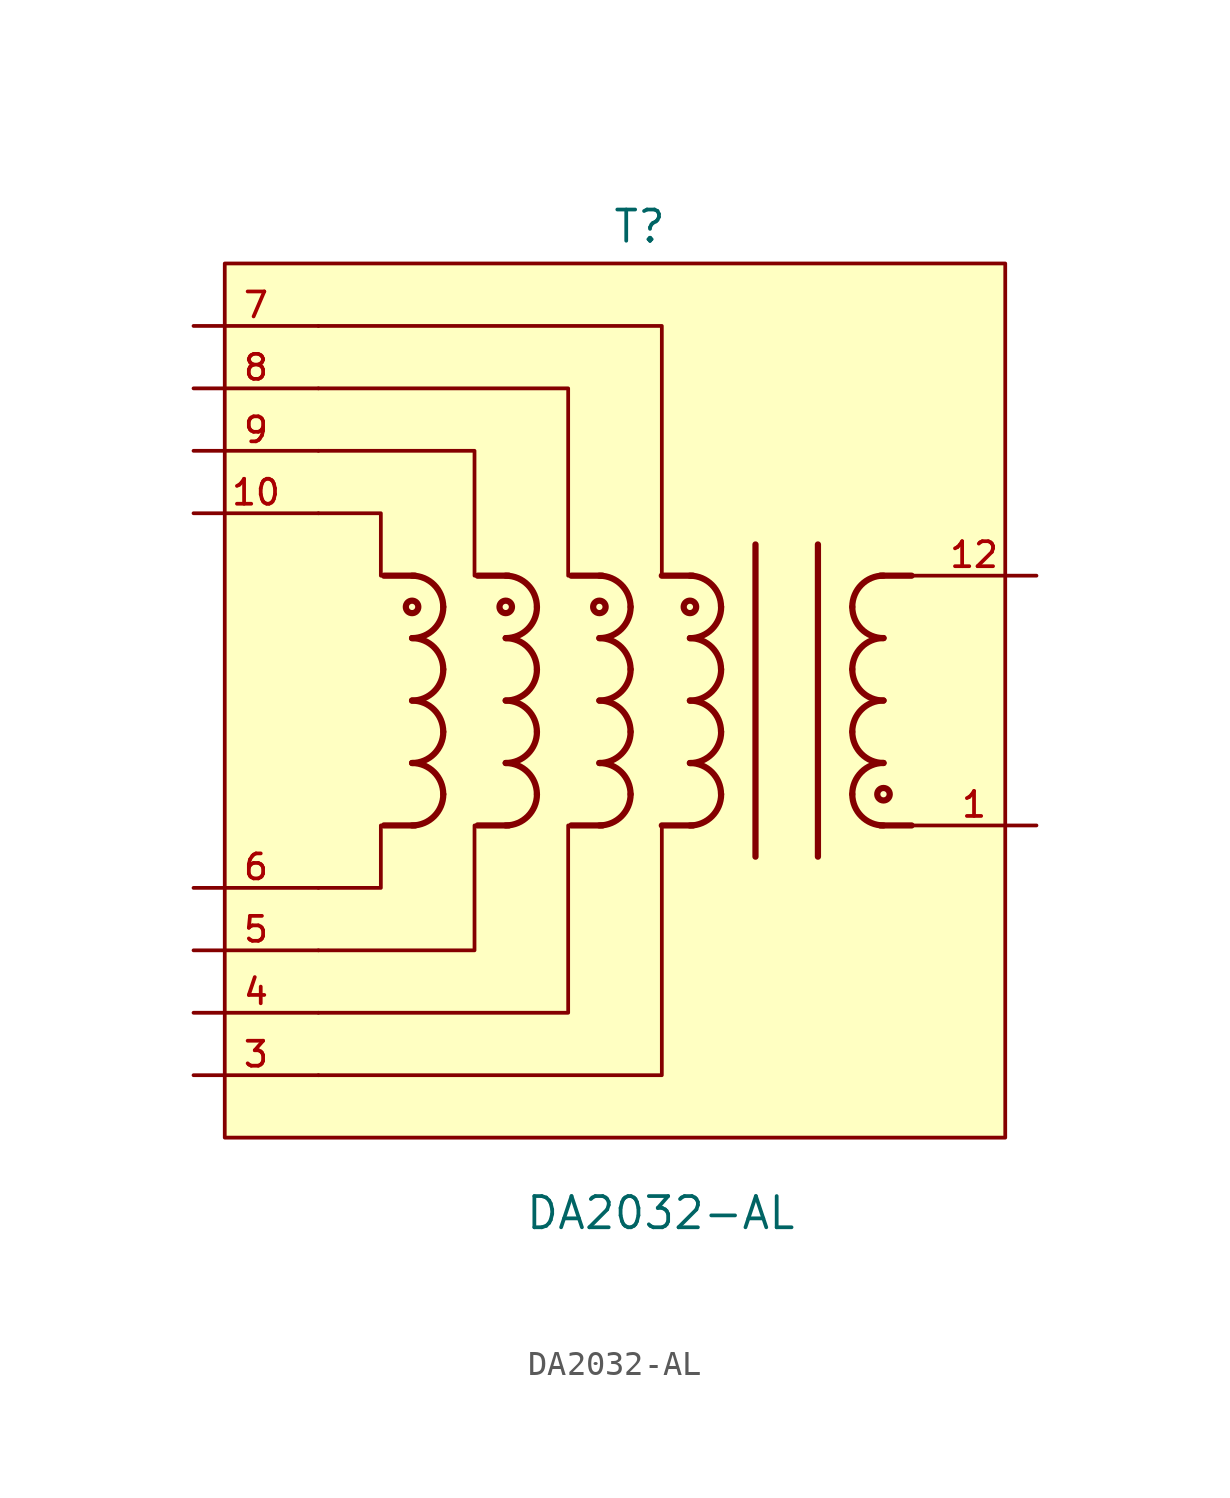
<source format=kicad_sym>
(kicad_symbol_lib
  (version 20241209)
  (generator "kicad_symbol_editor")
  (generator_version "9.0")
  (symbol "DA2032-AL"
    (pin_names
      (offset 1.016))
    (property "Reference" "T"
      (at -7.112 18.542 0)
      (effects (font (size 1.27 1.27)) (justify left bottom)))
    (property "Value" "DA2032-AL"
      (at -10.668 -21.59 0)
      (effects (font (size 1.27 1.27)) (justify left bottom)))
    (symbol "DA2032-AL_0_0"
      (arc (start -13.9699 3.8099) (mid -14.3419 2.9119) (end -15.2399 2.5399) (stroke (width 0.254) (type default)) (fill (type none)))
      (arc (start -15.2399 5.0799) (mid -14.3419 4.7079) (end -13.9699 3.8099) (stroke (width 0.254) (type default)) (fill (type none)))
      (arc (start -13.9699 1.2699) (mid -14.3419 0.3719) (end -15.2399 -0.0001) (stroke (width 0.254) (type default)) (fill (type none)))
      (arc (start -15.2399 2.5399) (mid -14.3419 2.1679) (end -13.9699 1.2699) (stroke (width 0.254) (type default)) (fill (type none)))
      (arc (start -13.9699 -1.2701) (mid -14.3419 -2.1681) (end -15.2399 -2.5401) (stroke (width 0.254) (type default)) (fill (type none)))
      (arc (start -15.2399 -0.0001) (mid -14.3419 -0.3721) (end -13.9699 -1.2701) (stroke (width 0.254) (type default)) (fill (type none)))
      (arc (start -13.9699 -3.8101) (mid -14.3419 -4.7081) (end -15.2399 -5.0801) (stroke (width 0.254) (type default)) (fill (type none)))
      (arc (start -15.2399 -2.5401) (mid -14.3419 -2.9121) (end -13.9699 -3.8101) (stroke (width 0.254) (type default)) (fill (type none)))
      (circle (center -15.24 3.81) (radius 0.254) (stroke (width 0.254) (type default)) (fill (type none)))
      (polyline (pts (xy -15.113 5.08) (xy -16.383 5.08)) (stroke (width 0.254) (type default)) (fill (type none)))
      (polyline (pts (xy -15.113 -5.08) (xy -16.383 -5.08)) (stroke (width 0.254) (type default)) (fill (type none)))
      (arc (start -10.1599 3.8099) (mid -10.5319 2.9119) (end -11.4299 2.5399) (stroke (width 0.254) (type default)) (fill (type none)))
      (arc (start -11.4299 5.0799) (mid -10.5319 4.7079) (end -10.1599 3.8099) (stroke (width 0.254) (type default)) (fill (type none)))
      (arc (start -10.1599 1.2699) (mid -10.5319 0.3719) (end -11.4299 -0.0001) (stroke (width 0.254) (type default)) (fill (type none)))
      (arc (start -11.4299 2.5399) (mid -10.5319 2.1679) (end -10.1599 1.2699) (stroke (width 0.254) (type default)) (fill (type none)))
      (arc (start -10.1599 -1.2701) (mid -10.5319 -2.1681) (end -11.4299 -2.5401) (stroke (width 0.254) (type default)) (fill (type none)))
      (arc (start -11.4299 -0.0001) (mid -10.5319 -0.3721) (end -10.1599 -1.2701) (stroke (width 0.254) (type default)) (fill (type none)))
      (arc (start -10.1599 -3.8101) (mid -10.5319 -4.7081) (end -11.4299 -5.0801) (stroke (width 0.254) (type default)) (fill (type none)))
      (arc (start -11.4299 -2.5401) (mid -10.5319 -2.9121) (end -10.1599 -3.8101) (stroke (width 0.254) (type default)) (fill (type none)))
      (circle (center -11.43 3.81) (radius 0.254) (stroke (width 0.254) (type default)) (fill (type none)))
      (polyline (pts (xy -11.303 5.08) (xy -12.573 5.08)) (stroke (width 0.254) (type default)) (fill (type none)))
      (polyline (pts (xy -11.303 -5.08) (xy -12.573 -5.08)) (stroke (width 0.254) (type default)) (fill (type none)))
      (arc (start -6.3499 3.8099) (mid -6.7219 2.9119) (end -7.6199 2.5399) (stroke (width 0.254) (type default)) (fill (type none)))
      (arc (start -7.6199 5.0799) (mid -6.7219 4.7079) (end -6.3499 3.8099) (stroke (width 0.254) (type default)) (fill (type none)))
      (arc (start -6.3499 1.2699) (mid -6.7219 0.3719) (end -7.6199 -0.0001) (stroke (width 0.254) (type default)) (fill (type none)))
      (arc (start -7.6199 2.5399) (mid -6.7219 2.1679) (end -6.3499 1.2699) (stroke (width 0.254) (type default)) (fill (type none)))
      (arc (start -6.3499 -1.2701) (mid -6.7219 -2.1681) (end -7.6199 -2.5401) (stroke (width 0.254) (type default)) (fill (type none)))
      (arc (start -7.6199 -0.0001) (mid -6.7219 -0.3721) (end -6.3499 -1.2701) (stroke (width 0.254) (type default)) (fill (type none)))
      (arc (start -6.3499 -3.8101) (mid -6.7219 -4.7081) (end -7.6199 -5.0801) (stroke (width 0.254) (type default)) (fill (type none)))
      (arc (start -7.6199 -2.5401) (mid -6.7219 -2.9121) (end -6.3499 -3.8101) (stroke (width 0.254) (type default)) (fill (type none)))
      (circle (center -7.62 3.81) (radius 0.254) (stroke (width 0.254) (type default)) (fill (type none)))
      (polyline (pts (xy -7.493 5.08) (xy -8.763 5.08)) (stroke (width 0.254) (type default)) (fill (type none)))
      (polyline (pts (xy -7.493 -5.08) (xy -8.763 -5.08)) (stroke (width 0.254) (type default)) (fill (type none)))
      (arc (start -2.667 3.81) (mid -3.039 2.912) (end -3.937 2.54) (stroke (width 0.254) (type default)) (fill (type none)))
      (arc (start -3.937 5.08) (mid -3.039 4.708) (end -2.667 3.81) (stroke (width 0.254) (type default)) (fill (type none)))
      (arc (start -2.667 1.27) (mid -3.039 0.372) (end -3.937 0) (stroke (width 0.254) (type default)) (fill (type none)))
      (arc (start -3.937 2.54) (mid -3.039 2.168) (end -2.667 1.27) (stroke (width 0.254) (type default)) (fill (type none)))
      (arc (start -2.667 -1.27) (mid -3.039 -2.168) (end -3.937 -2.54) (stroke (width 0.254) (type default)) (fill (type none)))
      (arc (start -3.937 0) (mid -3.039 -0.372) (end -2.667 -1.27) (stroke (width 0.254) (type default)) (fill (type none)))
      (arc (start -2.667 -3.81) (mid -3.039 -4.708) (end -3.937 -5.08) (stroke (width 0.254) (type default)) (fill (type none)))
      (arc (start -3.937 -2.54) (mid -3.039 -2.912) (end -2.667 -3.81) (stroke (width 0.254) (type default)) (fill (type none)))
      (circle (center -3.937 3.81) (radius 0.254) (stroke (width 0.254) (type default)) (fill (type none)))
      (polyline (pts (xy -3.81 5.08) (xy -5.08 5.08)) (stroke (width 0.254) (type default)) (fill (type none)))
      (polyline (pts (xy -3.81 -5.08) (xy -5.08 -5.08)) (stroke (width 0.254) (type default)) (fill (type none)))
      (polyline (pts (xy -1.27 6.35) (xy -1.27 -6.35)) (stroke (width 0.254) (type default)) (fill (type none)))
      (polyline (pts (xy 1.27 -6.35) (xy 1.27 6.35)) (stroke (width 0.254) (type default)) (fill (type none)))
      (polyline (pts (xy 3.81 5.08) (xy 5.08 5.08)) (stroke (width 0.254) (type default)) (fill (type none)))
      (polyline (pts (xy 3.81 -5.08) (xy 5.08 -5.08)) (stroke (width 0.254) (type default)) (fill (type none)))
      (arc (start 2.667 3.81) (mid 3.039 4.708) (end 3.937 5.08) (stroke (width 0.254) (type default)) (fill (type none)))
      (arc (start 3.937 2.54) (mid 3.039 2.912) (end 2.667 3.81) (stroke (width 0.254) (type default)) (fill (type none)))
      (arc (start 2.667 1.27) (mid 3.039 2.168) (end 3.937 2.54) (stroke (width 0.254) (type default)) (fill (type none)))
      (arc (start 3.937 0) (mid 3.039 0.372) (end 2.667 1.27) (stroke (width 0.254) (type default)) (fill (type none)))
      (arc (start 2.667 -1.27) (mid 3.039 -0.372) (end 3.937 0) (stroke (width 0.254) (type default)) (fill (type none)))
      (arc (start 3.937 -2.54) (mid 3.039 -2.168) (end 2.667 -1.27) (stroke (width 0.254) (type default)) (fill (type none)))
      (arc (start 2.667 -3.81) (mid 3.039 -2.912) (end 3.937 -2.54) (stroke (width 0.254) (type default)) (fill (type none)))
      (circle (center 3.937 -3.81) (radius 0.254) (stroke (width 0.254) (type default)) (fill (type none)))
      (arc (start 3.937 -5.08) (mid 3.039 -4.708) (end 2.667 -3.81) (stroke (width 0.254) (type default)) (fill (type none))))
    (symbol "DA2032-AL_0_1"
      (polyline (pts (xy -19.05 15.24) (xy -5.08 15.24) (xy -5.08 5.08)) (stroke (width 0) (type default)) (fill (type none)))
      (polyline (pts (xy -19.05 12.7) (xy -8.89 12.7) (xy -8.89 5.08)) (stroke (width 0) (type default)) (fill (type none)))
      (polyline (pts (xy -19.05 10.16) (xy -12.7 10.16) (xy -12.7 5.08)) (stroke (width 0) (type default)) (fill (type none)))
      (polyline (pts (xy -19.05 7.62) (xy -16.51 7.62) (xy -16.51 5.08)) (stroke (width 0) (type default)) (fill (type none)))
      (polyline (pts (xy -19.05 -7.62) (xy -16.51 -7.62) (xy -16.51 -5.08)) (stroke (width 0) (type default)) (fill (type none)))
      (polyline (pts (xy -19.05 -10.16) (xy -12.7 -10.16) (xy -12.7 -5.08)) (stroke (width 0) (type default)) (fill (type none)))
      (polyline (pts (xy -19.05 -12.7) (xy -8.89 -12.7) (xy -8.89 -5.08)) (stroke (width 0) (type default)) (fill (type none)))
      (polyline (pts (xy -19.05 -15.24) (xy -5.08 -15.24) (xy -5.08 -5.08)) (stroke (width 0) (type default)) (fill (type none))))
    (symbol "DA2032-AL_1_0"
      (pin passive line (at -24.13 15.24 0) (length 5.08) (name "~" (effects (font (size 1.016 1.016)))) (number "7" (effects (font (size 1.016 1.016)))))
      (pin passive line (at -24.13 12.7 0) (length 5.08) (name "~" (effects (font (size 1.016 1.016)))) (number "8" (effects (font (size 1.016 1.016)))))
      (pin passive line (at -24.13 10.16 0) (length 5.08) (name "~" (effects (font (size 1.016 1.016)))) (number "9" (effects (font (size 1.016 1.016)))))
      (pin passive line (at -24.13 7.62 0) (length 5.08) (name "~" (effects (font (size 1.016 1.016)))) (number "10" (effects (font (size 1.016 1.016)))))
      (pin passive line (at -24.13 -7.62 0) (length 5.08) (name "~" (effects (font (size 1.016 1.016)))) (number "6" (effects (font (size 1.016 1.016)))))
      (pin passive line (at -24.13 -10.16 0) (length 5.08) (name "~" (effects (font (size 1.016 1.016)))) (number "5" (effects (font (size 1.016 1.016)))))
      (pin passive line (at -24.13 -12.7 0) (length 5.08) (name "~" (effects (font (size 1.016 1.016)))) (number "4" (effects (font (size 1.016 1.016)))))
      (pin passive line (at -24.13 -15.24 0) (length 5.08) (name "~" (effects (font (size 1.016 1.016)))) (number "3" (effects (font (size 1.016 1.016)))))
      (pin no_connect line (at 10.16 12.7 180) (length 5.08) (hide yes) (name "~" (effects (font (size 1.016 1.016)))) (number "11" (effects (font (size 1.016 1.016)))))
      (pin no_connect line (at 10.16 10.16 180) (length 5.08) (hide yes) (name "~" (effects (font (size 1.016 1.016)))) (number "2" (effects (font (size 1.016 1.016)))))
      (pin passive line (at 10.16 5.08 180) (length 5.08) (name "~" (effects (font (size 1.016 1.016)))) (number "12" (effects (font (size 1.016 1.016)))))
      (pin passive line (at 10.16 -5.08 180) (length 5.08) (name "~" (effects (font (size 1.016 1.016)))) (number "1" (effects (font (size 1.016 1.016))))))
    (symbol "DA2032-AL_1_1"
      (rectangle (start -22.86 17.78) (end 8.89 -17.78) (stroke (width 0) (type solid)) (fill (type background))))))
</source>
